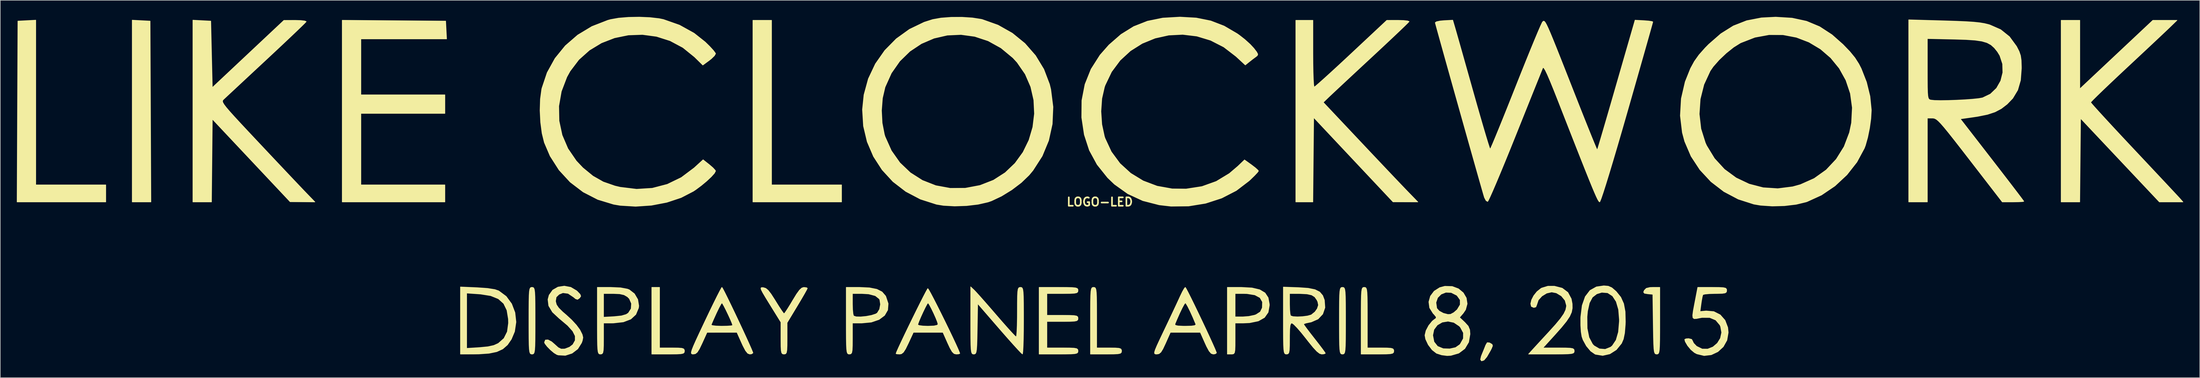
<source format=kicad_pcb>
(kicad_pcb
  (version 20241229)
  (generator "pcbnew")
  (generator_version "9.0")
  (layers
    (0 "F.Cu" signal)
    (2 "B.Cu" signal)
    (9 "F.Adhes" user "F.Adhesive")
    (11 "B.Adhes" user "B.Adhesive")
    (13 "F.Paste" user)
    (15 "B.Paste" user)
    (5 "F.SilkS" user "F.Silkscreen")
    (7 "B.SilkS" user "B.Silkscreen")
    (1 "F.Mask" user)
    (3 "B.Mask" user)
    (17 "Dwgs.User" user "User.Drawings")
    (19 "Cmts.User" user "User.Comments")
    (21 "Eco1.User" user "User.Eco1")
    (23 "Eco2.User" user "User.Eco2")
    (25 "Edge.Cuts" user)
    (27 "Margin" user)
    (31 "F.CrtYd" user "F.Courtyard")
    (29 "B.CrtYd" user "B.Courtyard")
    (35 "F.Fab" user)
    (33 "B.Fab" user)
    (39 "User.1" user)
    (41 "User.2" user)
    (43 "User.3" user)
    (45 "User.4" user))
  (footprint "LOGO-LED"
    (layer "F.Cu")
    (at 196.481 33.658)
    (property "Reference" "LOGO-LED" (at 0 0 0) (layer "F.SilkS") (effects (font (size 1.524 1.524) (thickness 0.3))))
    (attr through_hole)
    (fp_poly (pts (xy -172.151 0) (xy -173.847 0) (xy -175.542 0) (xy -175.542 -16.524) (xy -175.542 -33.048) (xy -173.919 -32.964) (xy -172.297 -32.879) (xy -172.224 -16.439) (xy -172.151 0)) (stroke (width 0.1) (type solid)) (fill yes) (layer "F.SilkS"))
    (fp_poly (pts (xy -180.34 0) (xy -188.386 0) (xy -196.431 0) (xy -196.358 -16.439) (xy -196.286 -32.879) (xy -194.663 -32.964) (xy -193.04 -33.048) (xy -193.04 -18.076) (xy -193.04 -3.104) (xy -186.69 -3.104) (xy -180.34 -3.104) (xy -180.34 -1.552) (xy -180.34 0)) (stroke (width 0.1) (type solid)) (fill yes) (layer "F.SilkS"))
    (fp_poly (pts (xy -46.849 0) (xy -54.892 0) (xy -62.936 0) (xy -62.936 -16.51) (xy -62.936 -33.02) (xy -61.242 -33.02) (xy -59.549 -33.02) (xy -59.549 -18.062) (xy -59.549 -3.104) (xy -53.199 -3.104) (xy -46.849 -3.104) (xy -46.849 -1.552) (xy -46.849 0)) (stroke (width 0.1) (type solid)) (fill yes) (layer "F.SilkS"))
    (fp_poly (pts (xy 71.255 26.156) (xy 71.063 26.638) (xy 70.86 27.033) (xy 70.22 28.147) (xy 69.706 28.755) (xy 69.287 28.894) (xy 69.236 28.879) (xy 69.074 28.634) (xy 69.204 28.059) (xy 69.34 27.712) (xy 69.693 26.855) (xy 69.989 26.109) (xy 70.022 26.024) (xy 70.284 25.577) (xy 70.669 25.599) (xy 70.836 25.681) (xy 71.18 25.898) (xy 71.255 26.156)) (stroke (width 0.1) (type solid)) (fill yes) (layer "F.SilkS"))
    (fp_poly (pts (xy -75.353 27.093) (xy -75.39 27.345) (xy -75.568 27.508) (xy -75.987 27.602) (xy -76.746 27.646) (xy -77.945 27.657) (xy -78.317 27.658) (xy -81.28 27.658) (xy -81.28 21.59) (xy -81.28 15.522) (xy -80.574 15.522) (xy -79.869 15.522) (xy -79.869 21.026) (xy -79.869 26.529) (xy -77.611 26.529) (xy -76.486 26.541) (xy -75.812 26.595) (xy -75.475 26.72) (xy -75.362 26.945) (xy -75.353 27.093)) (stroke (width 0.1) (type solid)) (fill yes) (layer "F.SilkS"))
    (fp_poly (pts (xy -118.505 -29.633) (xy -126.28 -29.633) (xy -134.056 -29.633) (xy -134.056 -24.553) (xy -134.056 -19.473) (xy -126.436 -19.473) (xy -118.816 -19.473) (xy -118.816 -17.78) (xy -118.816 -16.087) (xy -126.436 -16.087) (xy -134.056 -16.087) (xy -134.056 -9.596) (xy -134.056 -3.104) (xy -126.436 -3.104) (xy -118.816 -3.104) (xy -118.816 -1.552) (xy -118.816 0) (xy -128.129 0) (xy -137.442 0) (xy -137.442 -16.514) (xy -137.442 -33.028) (xy -128.058 -32.953) (xy -118.674 -32.879) (xy -118.59 -31.256) (xy -118.505 -29.633)) (stroke (width 0.1) (type solid)) (fill yes) (layer "F.SilkS"))
    (fp_poly (pts (xy 101.6 21.59) (xy 101.598 23.588) (xy 101.588 25.091) (xy 101.562 26.17) (xy 101.516 26.895) (xy 101.441 27.336) (xy 101.333 27.563) (xy 101.184 27.647) (xy 101.042 27.658) (xy 100.848 27.632) (xy 100.704 27.506) (xy 100.6 27.205) (xy 100.528 26.656) (xy 100.479 25.783) (xy 100.444 24.514) (xy 100.415 22.775) (xy 100.407 22.225) (xy 100.33 16.792) (xy 99.412 16.704) (xy 98.808 16.603) (xy 98.656 16.393) (xy 98.787 16.069) (xy 99.149 15.699) (xy 99.816 15.541) (xy 100.34 15.522) (xy 101.6 15.522) (xy 101.6 21.59)) (stroke (width 0.1) (type solid)) (fill yes) (layer "F.SilkS"))
    (fp_poly (pts (xy 3.951 27.093) (xy 3.912 27.35) (xy 3.728 27.515) (xy 3.296 27.607) (xy 2.514 27.648) (xy 1.28 27.658) (xy 1.129 27.658) (xy -1.693 27.658) (xy -1.693 21.59) (xy -1.691 19.593) (xy -1.681 18.09) (xy -1.656 17.011) (xy -1.61 16.286) (xy -1.536 15.845) (xy -1.427 15.617) (xy -1.278 15.533) (xy -1.129 15.522) (xy -0.935 15.545) (xy -0.792 15.662) (xy -0.691 15.947) (xy -0.625 16.474) (xy -0.587 17.316) (xy -0.57 18.547) (xy -0.565 20.24) (xy -0.564 21.026) (xy -0.564 26.529) (xy 1.693 26.529) (xy 2.818 26.541) (xy 3.492 26.595) (xy 3.829 26.72) (xy 3.943 26.945) (xy 3.951 27.093)) (stroke (width 0.1) (type solid)) (fill yes) (layer "F.SilkS"))
    (fp_poly (pts (xy 53.34 27.093) (xy 53.303 27.345) (xy 53.125 27.508) (xy 52.706 27.602) (xy 51.947 27.646) (xy 50.748 27.657) (xy 50.377 27.658) (xy 47.413 27.658) (xy 47.413 21.59) (xy 47.415 19.593) (xy 47.426 18.09) (xy 47.451 17.011) (xy 47.497 16.286) (xy 47.571 15.845) (xy 47.68 15.617) (xy 47.829 15.533) (xy 47.978 15.522) (xy 48.172 15.545) (xy 48.315 15.662) (xy 48.416 15.947) (xy 48.481 16.474) (xy 48.519 17.316) (xy 48.537 18.547) (xy 48.542 20.24) (xy 48.542 21.026) (xy 48.542 26.529) (xy 50.941 26.529) (xy 52.108 26.539) (xy 52.82 26.588) (xy 53.189 26.701) (xy 53.325 26.905) (xy 53.34 27.093)) (stroke (width 0.1) (type solid)) (fill yes) (layer "F.SilkS"))
    (fp_poly (pts (xy -102.447 21.59) (xy -102.449 23.587) (xy -102.459 25.09) (xy -102.484 26.169) (xy -102.53 26.894) (xy -102.604 27.335) (xy -102.713 27.563) (xy -102.862 27.647) (xy -103.011 27.658) (xy -103.197 27.637) (xy -103.337 27.527) (xy -103.437 27.258) (xy -103.504 26.76) (xy -103.546 25.963) (xy -103.567 24.796) (xy -103.575 23.189) (xy -103.576 21.59) (xy -103.574 19.593) (xy -103.563 18.09) (xy -103.538 17.011) (xy -103.492 16.286) (xy -103.418 15.845) (xy -103.309 15.617) (xy -103.16 15.533) (xy -103.011 15.522) (xy -102.825 15.543) (xy -102.686 15.653) (xy -102.585 15.922) (xy -102.518 16.42) (xy -102.477 17.217) (xy -102.456 18.384) (xy -102.448 19.991) (xy -102.447 21.59)) (stroke (width 0.1) (type solid)) (fill yes) (layer "F.SilkS"))
    (fp_poly (pts (xy 44.591 21.59) (xy 44.589 23.587) (xy 44.579 25.09) (xy 44.554 26.169) (xy 44.508 26.894) (xy 44.433 27.335) (xy 44.325 27.563) (xy 44.175 27.647) (xy 44.027 27.658) (xy 43.841 27.637) (xy 43.701 27.527) (xy 43.601 27.258) (xy 43.533 26.76) (xy 43.492 25.963) (xy 43.471 24.796) (xy 43.463 23.189) (xy 43.462 21.59) (xy 43.464 19.593) (xy 43.474 18.09) (xy 43.499 17.011) (xy 43.546 16.286) (xy 43.62 15.845) (xy 43.728 15.617) (xy 43.878 15.533) (xy 44.027 15.522) (xy 44.212 15.543) (xy 44.352 15.653) (xy 44.453 15.922) (xy 44.52 16.42) (xy 44.561 17.217) (xy 44.582 18.384) (xy 44.59 19.991) (xy 44.591 21.59)) (stroke (width 0.1) (type solid)) (fill yes) (layer "F.SilkS"))
    (fp_poly (pts (xy -105.918 21.826) (xy -106.174 23.557) (xy -106.759 24.95) (xy -107.278 25.7) (xy -107.278 22.014) (xy -107.298 21.274) (xy -107.561 19.677) (xy -108.151 18.465) (xy -109.116 17.599) (xy -110.501 17.039) (xy -112.353 16.744) (xy -112.608 16.725) (xy -114.864 16.57) (xy -114.864 21.589) (xy -114.864 26.608) (xy -112.48 26.46) (xy -111.001 26.316) (xy -109.936 26.081) (xy -109.14 25.72) (xy -109.124 25.71) (xy -108.1 24.806) (xy -107.492 23.59) (xy -107.278 22.014) (xy -107.278 25.7) (xy -107.466 25.973) (xy -108.315 26.715) (xy -109.398 27.216) (xy -110.81 27.511) (xy -112.642 27.639) (xy -113.524 27.651) (xy -115.993 27.658) (xy -115.993 21.554) (xy -115.993 15.45) (xy -112.959 15.579) (xy -111.078 15.711) (xy -109.745 15.925) (xy -109.05 16.165) (xy -107.701 17.169) (xy -106.71 18.521) (xy -106.106 20.11) (xy -105.918 21.826)) (stroke (width 0.1) (type solid)) (fill yes) (layer "F.SilkS"))
    (fp_poly (pts (xy 30.762 18.793) (xy 30.544 20.057) (xy 29.881 21.002) (xy 29.511 21.211) (xy 29.511 18.175) (xy 29.063 17.397) (xy 28.132 16.897) (xy 26.711 16.668) (xy 26.087 16.651) (xy 24.553 16.651) (xy 24.553 18.768) (xy 24.553 20.884) (xy 25.974 20.884) (xy 27.035 20.802) (xy 28.036 20.594) (xy 28.344 20.487) (xy 29.118 19.988) (xy 29.481 19.241) (xy 29.483 19.234) (xy 29.511 18.175) (xy 29.511 21.211) (xy 28.765 21.633) (xy 27.183 21.96) (xy 26.035 22.012) (xy 24.553 22.013) (xy 24.553 24.836) (xy 24.549 26.116) (xy 24.519 26.936) (xy 24.437 27.397) (xy 24.279 27.602) (xy 24.017 27.656) (xy 23.848 27.658) (xy 23.142 27.658) (xy 23.142 21.59) (xy 23.142 15.522) (xy 25.696 15.522) (xy 27.594 15.626) (xy 29.006 15.956) (xy 29.976 16.539) (xy 30.545 17.404) (xy 30.758 18.578) (xy 30.762 18.793)) (stroke (width 0.1) (type solid)) (fill yes) (layer "F.SilkS"))
    (fp_poly (pts (xy -83.64 18.888) (xy -83.69 19.275) (xy -84.179 20.45) (xy -84.966 21.177) (xy -84.966 18.466) (xy -85.345 17.59) (xy -85.693 17.236) (xy -86.306 16.88) (xy -87.107 16.7) (xy -88.233 16.651) (xy -90.029 16.651) (xy -90.029 18.8) (xy -90.029 20.948) (xy -88.074 20.838) (xy -86.781 20.703) (xy -85.931 20.456) (xy -85.534 20.198) (xy -85.025 19.399) (xy -84.966 18.466) (xy -84.966 21.177) (xy -85.089 21.291) (xy -86.436 21.807) (xy -88.24 22.008) (xy -88.547 22.012) (xy -90.029 22.013) (xy -90.029 24.836) (xy -90.037 26.12) (xy -90.073 26.942) (xy -90.16 27.405) (xy -90.316 27.609) (xy -90.563 27.658) (xy -90.593 27.658) (xy -90.779 27.637) (xy -90.919 27.527) (xy -91.019 27.258) (xy -91.087 26.76) (xy -91.128 25.963) (xy -91.149 24.796) (xy -91.157 23.189) (xy -91.158 21.59) (xy -91.158 15.522) (xy -88.731 15.522) (xy -86.955 15.6) (xy -85.708 15.835) (xy -85.366 15.967) (xy -84.432 16.692) (xy -83.825 17.728) (xy -83.64 18.888)) (stroke (width 0.1) (type solid)) (fill yes) (layer "F.SilkS"))
    (fp_poly (pts (xy -53.058 15.693) (xy -53.195 15.987) (xy -53.571 16.664) (xy -54.13 17.628) (xy -54.815 18.781) (xy -54.892 18.909) (xy -56.727 21.954) (xy -56.727 24.806) (xy -56.734 26.098) (xy -56.77 26.928) (xy -56.855 27.397) (xy -57.009 27.606) (xy -57.252 27.657) (xy -57.291 27.658) (xy -57.545 27.62) (xy -57.709 27.439) (xy -57.802 27.014) (xy -57.845 26.245) (xy -57.855 25.03) (xy -57.856 24.76) (xy -57.856 21.862) (xy -59.827 18.674) (xy -60.618 17.387) (xy -61.139 16.507) (xy -61.419 15.958) (xy -61.485 15.668) (xy -61.367 15.562) (xy -61.093 15.567) (xy -61.029 15.574) (xy -60.601 15.708) (xy -60.169 16.062) (xy -59.652 16.726) (xy -58.968 17.789) (xy -58.846 17.99) (xy -58.226 18.986) (xy -57.711 19.769) (xy -57.371 20.235) (xy -57.281 20.318) (xy -57.084 20.091) (xy -56.674 19.479) (xy -56.121 18.587) (xy -55.729 17.926) (xy -55.017 16.76) (xy -54.484 16.024) (xy -54.063 15.639) (xy -53.693 15.527) (xy -53.197 15.588) (xy -53.058 15.693)) (stroke (width 0.1) (type solid)) (fill yes) (layer "F.SilkS"))
    (fp_poly (pts (xy -3.951 27.093) (xy -3.983 27.328) (xy -4.141 27.486) (xy -4.515 27.584) (xy -5.199 27.635) (xy -6.283 27.655) (xy -7.479 27.658) (xy -11.007 27.658) (xy -11.007 21.59) (xy -11.007 15.522) (xy -7.479 15.522) (xy -6.015 15.527) (xy -5.024 15.553) (xy -4.413 15.613) (xy -4.092 15.722) (xy -3.969 15.895) (xy -3.951 16.087) (xy -3.99 16.344) (xy -4.174 16.508) (xy -4.606 16.6) (xy -5.388 16.641) (xy -6.622 16.651) (xy -6.773 16.651) (xy -9.596 16.651) (xy -9.596 18.627) (xy -9.596 20.602) (xy -6.773 20.602) (xy -5.489 20.61) (xy -4.667 20.647) (xy -4.204 20.733) (xy -4 20.89) (xy -3.951 21.136) (xy -3.951 21.167) (xy -3.99 21.424) (xy -4.174 21.588) (xy -4.606 21.68) (xy -5.388 21.721) (xy -6.622 21.731) (xy -6.773 21.731) (xy -9.596 21.731) (xy -9.596 24.13) (xy -9.596 26.529) (xy -6.773 26.529) (xy -5.489 26.537) (xy -4.667 26.573) (xy -4.204 26.66) (xy -4 26.816) (xy -3.951 27.063) (xy -3.951 27.093)) (stroke (width 0.1) (type solid)) (fill yes) (layer "F.SilkS"))
    (fp_poly (pts (xy -38.394 18.481) (xy -38.481 19.641) (xy -39.045 20.618) (xy -39.789 21.174) (xy -39.789 18.614) (xy -39.914 17.792) (xy -40.009 17.611) (xy -40.724 17.042) (xy -41.934 16.723) (xy -43.161 16.651) (xy -44.873 16.651) (xy -44.873 18.58) (xy -44.844 19.581) (xy -44.768 20.351) (xy -44.662 20.723) (xy -44.199 20.874) (xy -43.381 20.891) (xy -42.394 20.797) (xy -41.425 20.615) (xy -40.661 20.368) (xy -40.374 20.193) (xy -39.956 19.511) (xy -39.789 18.614) (xy -39.789 21.174) (xy -40.049 21.368) (xy -41.452 21.848) (xy -43.186 22.013) (xy -44.873 22.013) (xy -44.873 24.836) (xy -44.881 26.12) (xy -44.918 26.942) (xy -45.004 27.405) (xy -45.161 27.609) (xy -45.408 27.658) (xy -45.438 27.658) (xy -45.624 27.637) (xy -45.763 27.527) (xy -45.864 27.258) (xy -45.931 26.76) (xy -45.972 25.963) (xy -45.993 24.796) (xy -46.001 23.189) (xy -46.002 21.59) (xy -46.002 15.522) (xy -43.594 15.522) (xy -41.788 15.606) (xy -40.45 15.874) (xy -39.507 16.353) (xy -38.886 17.067) (xy -38.824 17.179) (xy -38.394 18.481)) (stroke (width 0.1) (type solid)) (fill yes) (layer "F.SilkS"))
    (fp_poly (pts (xy 196.514 0) (xy 194.373 0) (xy 192.231 0) (xy 185.086 -7.592) (xy 177.941 -15.184) (xy 177.866 -7.592) (xy 177.791 0) (xy 176.102 0) (xy 174.413 0) (xy 174.413 -16.51) (xy 174.413 -33.02) (xy 176.107 -33.02) (xy 177.8 -33.02) (xy 177.8 -26.791) (xy 177.8 -20.561) (xy 184.423 -26.791) (xy 191.046 -33.02) (xy 193.239 -33.02) (xy 195.431 -33.02) (xy 194.165 -31.789) (xy 193.643 -31.29) (xy 192.77 -30.464) (xy 191.61 -29.371) (xy 190.224 -28.069) (xy 188.674 -26.618) (xy 187.025 -25.075) (xy 186.337 -24.433) (xy 184.736 -22.932) (xy 183.277 -21.552) (xy 182.007 -20.339) (xy 180.978 -19.342) (xy 180.237 -18.607) (xy 179.835 -18.183) (xy 179.776 -18.099) (xy 179.963 -17.855) (xy 180.496 -17.245) (xy 181.336 -16.314) (xy 182.441 -15.106) (xy 183.77 -13.666) (xy 185.283 -12.038) (xy 186.939 -10.267) (xy 187.607 -9.555) (xy 189.331 -7.72) (xy 190.949 -5.994) (xy 192.419 -4.426) (xy 193.694 -3.063) (xy 194.732 -1.952) (xy 195.486 -1.142) (xy 195.914 -0.679) (xy 195.977 -0.609) (xy 196.514 0)) (stroke (width 0.1) (type solid)) (fill yes) (layer "F.SilkS"))
    (fp_poly (pts (xy -142.399 0) (xy -144.648 -0.016) (xy -146.897 -0.032) (xy -153.952 -7.544) (xy -161.008 -15.056) (xy -161.083 -7.528) (xy -161.158 0) (xy -162.847 0) (xy -164.536 0) (xy -164.536 -16.524) (xy -164.536 -33.048) (xy -162.913 -32.964) (xy -161.29 -32.879) (xy -161.149 -26.84) (xy -161.008 -20.801) (xy -154.517 -26.905) (xy -148.026 -33.008) (xy -145.956 -33.014) (xy -144.973 -32.987) (xy -144.27 -32.908) (xy -143.98 -32.796) (xy -143.98 -32.775) (xy -144.202 -32.532) (xy -144.79 -31.95) (xy -145.696 -31.076) (xy -146.873 -29.956) (xy -148.272 -28.633) (xy -149.847 -27.156) (xy -151.271 -25.825) (xy -152.977 -24.236) (xy -154.568 -22.753) (xy -155.993 -21.424) (xy -157.201 -20.297) (xy -158.141 -19.42) (xy -158.76 -18.841) (xy -158.991 -18.625) (xy -159.115 -18.481) (xy -159.16 -18.307) (xy -159.094 -18.061) (xy -158.882 -17.701) (xy -158.489 -17.184) (xy -157.882 -16.47) (xy -157.025 -15.515) (xy -155.886 -14.278) (xy -154.429 -12.717) (xy -152.621 -10.789) (xy -152.525 -10.687) (xy -150.842 -8.896) (xy -149.215 -7.167) (xy -147.7 -5.56) (xy -146.355 -4.136) (xy -145.236 -2.954) (xy -144.4 -2.074) (xy -143.967 -1.623) (xy -142.399 0)) (stroke (width 0.1) (type solid)) (fill yes) (layer "F.SilkS"))
    (fp_poly (pts (xy 95.357 21.782) (xy 95.337 22.313) (xy 95.213 23.831) (xy 94.989 24.924) (xy 94.656 25.699) (xy 94.261 26.187) (xy 94.261 21.384) (xy 94.114 19.557) (xy 93.691 18.112) (xy 93.022 17.086) (xy 92.138 16.513) (xy 91.069 16.428) (xy 90.162 16.706) (xy 89.373 17.32) (xy 88.822 18.359) (xy 88.491 19.863) (xy 88.398 20.884) (xy 88.42 22.973) (xy 88.754 24.634) (xy 89.393 25.844) (xy 89.666 26.137) (xy 90.637 26.703) (xy 91.698 26.788) (xy 92.686 26.392) (xy 92.982 26.142) (xy 93.671 25.111) (xy 94.093 23.648) (xy 94.258 21.718) (xy 94.261 21.384) (xy 94.261 26.187) (xy 93.712 26.862) (xy 92.536 27.613) (xy 91.24 27.906) (xy 89.938 27.695) (xy 89.865 27.667) (xy 89.062 27.109) (xy 88.286 26.183) (xy 87.676 25.072) (xy 87.466 24.47) (xy 87.327 23.616) (xy 87.251 22.428) (xy 87.25 21.137) (xy 87.26 20.884) (xy 87.518 18.812) (xy 88.076 17.216) (xy 88.936 16.091) (xy 90.102 15.435) (xy 91.446 15.24) (xy 92.253 15.312) (xy 92.897 15.601) (xy 93.616 16.221) (xy 93.704 16.309) (xy 94.517 17.319) (xy 95.043 18.492) (xy 95.313 19.942) (xy 95.357 21.782)) (stroke (width 0.1) (type solid)) (fill yes) (layer "F.SilkS"))
    (fp_poly (pts (xy 57.699 0) (xy 55.449 -0.005) (xy 53.199 -0.01) (xy 46.002 -7.676) (xy 38.806 -15.342) (xy 38.73 -7.671) (xy 38.655 0) (xy 37.108 0) (xy 35.56 0) (xy 35.56 -16.51) (xy 35.56 -33.02) (xy 37.112 -33.02) (xy 38.664 -33.02) (xy 38.664 -26.952) (xy 38.675 -25.17) (xy 38.703 -23.595) (xy 38.747 -22.308) (xy 38.803 -21.392) (xy 38.868 -20.926) (xy 38.895 -20.884) (xy 39.15 -21.071) (xy 39.764 -21.598) (xy 40.686 -22.42) (xy 41.864 -23.491) (xy 43.248 -24.763) (xy 44.786 -26.192) (xy 45.597 -26.951) (xy 52.07 -33.017) (xy 54.14 -33.019) (xy 55.123 -32.99) (xy 55.825 -32.914) (xy 56.116 -32.806) (xy 56.115 -32.786) (xy 55.893 -32.545) (xy 55.305 -31.967) (xy 54.402 -31.1) (xy 53.233 -29.99) (xy 51.847 -28.686) (xy 50.293 -27.233) (xy 49.248 -26.26) (xy 47.566 -24.697) (xy 45.977 -23.217) (xy 44.538 -21.875) (xy 43.307 -20.725) (xy 42.343 -19.821) (xy 41.703 -19.218) (xy 41.512 -19.035) (xy 40.549 -18.103) (xy 47.275 -10.957) (xy 48.946 -9.182) (xy 50.578 -7.454) (xy 52.108 -5.835) (xy 53.476 -4.392) (xy 54.62 -3.189) (xy 55.478 -2.291) (xy 55.85 -1.905) (xy 57.699 0)) (stroke (width 0.1) (type solid)) (fill yes) (layer "F.SilkS"))
    (fp_poly (pts (xy 86.078 27.093) (xy 86.05 27.312) (xy 85.908 27.466) (xy 85.57 27.566) (xy 84.949 27.623) (xy 83.96 27.65) (xy 82.521 27.658) (xy 81.933 27.658) (xy 77.788 27.658) (xy 78.49 26.882) (xy 78.968 26.359) (xy 79.718 25.542) (xy 80.63 24.552) (xy 81.411 23.707) (xy 82.68 22.301) (xy 83.588 21.204) (xy 84.187 20.34) (xy 84.527 19.632) (xy 84.659 19.002) (xy 84.666 18.817) (xy 84.411 17.893) (xy 83.747 17.084) (xy 82.828 16.532) (xy 81.986 16.369) (xy 81.07 16.578) (xy 80.207 17.111) (xy 79.562 17.829) (xy 79.305 18.593) (xy 79.304 18.605) (xy 79.116 19.091) (xy 78.74 19.191) (xy 78.294 18.999) (xy 78.175 18.5) (xy 78.336 17.808) (xy 78.731 17.039) (xy 79.313 16.308) (xy 80.035 15.729) (xy 80.185 15.646) (xy 81.299 15.31) (xy 82.482 15.311) (xy 83.892 15.675) (xy 84.917 16.449) (xy 85.537 17.609) (xy 85.709 18.53) (xy 85.721 19.31) (xy 85.583 20.037) (xy 85.242 20.802) (xy 84.65 21.692) (xy 83.755 22.796) (xy 82.508 24.202) (xy 82.46 24.255) (xy 80.395 26.529) (xy 83.236 26.529) (xy 84.526 26.537) (xy 85.353 26.573) (xy 85.82 26.658) (xy 86.027 26.813) (xy 86.077 27.057) (xy 86.078 27.093)) (stroke (width 0.1) (type solid)) (fill yes) (layer "F.SilkS"))
    (fp_poly (pts (xy -93.775 24.647) (xy -93.881 25.213) (xy -94.022 25.607) (xy -94.713 26.711) (xy -95.744 27.496) (xy -96.965 27.891) (xy -98.228 27.825) (xy -98.496 27.742) (xy -99.013 27.43) (xy -99.651 26.89) (xy -100.254 26.276) (xy -100.664 25.745) (xy -100.753 25.516) (xy -100.578 25.092) (xy -100.112 25.066) (xy -99.449 25.418) (xy -98.927 25.872) (xy -98.255 26.48) (xy -97.731 26.736) (xy -97.149 26.728) (xy -97.008 26.703) (xy -96.204 26.395) (xy -95.603 25.932) (xy -95.177 25.168) (xy -95.176 24.364) (xy -95.623 23.474) (xy -96.541 22.454) (xy -97.953 21.259) (xy -98.06 21.176) (xy -99.297 20.019) (xy -99.98 18.875) (xy -100.117 17.724) (xy -99.907 16.935) (xy -99.256 16.022) (xy -98.292 15.47) (xy -97.156 15.295) (xy -95.983 15.516) (xy -94.912 16.151) (xy -94.791 16.262) (xy -94.288 16.792) (xy -94.167 17.131) (xy -94.372 17.446) (xy -94.394 17.468) (xy -94.743 17.717) (xy -95.1 17.602) (xy -95.456 17.303) (xy -96.464 16.625) (xy -97.408 16.503) (xy -98.103 16.786) (xy -98.623 17.293) (xy -98.735 17.989) (xy -98.724 18.134) (xy -98.574 18.687) (xy -98.179 19.268) (xy -97.455 19.986) (xy -96.802 20.547) (xy -95.839 21.434) (xy -94.97 22.379) (xy -94.361 23.201) (xy -94.295 23.316) (xy -93.903 24.098) (xy -93.775 24.647)) (stroke (width 0.1) (type solid)) (fill yes) (layer "F.SilkS"))
    (fp_poly (pts (xy -13.829 21.59) (xy -13.838 23.371) (xy -13.864 24.943) (xy -13.905 26.226) (xy -13.956 27.138) (xy -14.016 27.599) (xy -14.041 27.639) (xy -14.28 27.429) (xy -14.829 26.853) (xy -15.632 25.973) (xy -16.631 24.852) (xy -17.771 23.553) (xy -18.203 23.054) (xy -22.154 18.487) (xy -22.232 23.073) (xy -22.264 24.777) (xy -22.302 25.997) (xy -22.357 26.814) (xy -22.439 27.308) (xy -22.56 27.559) (xy -22.732 27.649) (xy -22.867 27.658) (xy -23.05 27.636) (xy -23.188 27.522) (xy -23.287 27.248) (xy -23.354 26.743) (xy -23.394 25.937) (xy -23.415 24.761) (xy -23.423 23.145) (xy -23.424 21.541) (xy -23.424 15.424) (xy -22.789 16.025) (xy -22.405 16.429) (xy -21.726 17.181) (xy -20.825 18.201) (xy -19.775 19.406) (xy -18.768 20.574) (xy -17.684 21.826) (xy -16.72 22.916) (xy -15.939 23.776) (xy -15.401 24.34) (xy -15.169 24.538) (xy -15.098 24.277) (xy -15.037 23.545) (xy -14.99 22.438) (xy -14.963 21.047) (xy -14.958 20.038) (xy -14.954 18.349) (xy -14.938 17.144) (xy -14.898 16.341) (xy -14.824 15.858) (xy -14.706 15.615) (xy -14.535 15.531) (xy -14.393 15.522) (xy -14.208 15.543) (xy -14.068 15.653) (xy -13.967 15.922) (xy -13.9 16.42) (xy -13.859 17.217) (xy -13.838 18.384) (xy -13.83 19.991) (xy -13.829 21.59)) (stroke (width 0.1) (type solid)) (fill yes) (layer "F.SilkS"))
    (fp_poly (pts (xy -25.4 27.552) (xy -25.641 27.634) (xy -26.051 27.658) (xy -26.434 27.567) (xy -26.786 27.225) (xy -27.185 26.532) (xy -27.58 25.682) (xy -28.458 23.707) (xy -29.351 23.707) (xy -29.351 22.225) (xy -29.462 21.814) (xy -29.744 21.102) (xy -30.125 20.246) (xy -30.533 19.4) (xy -30.893 18.722) (xy -31.134 18.365) (xy -31.171 18.344) (xy -31.347 18.579) (xy -31.669 19.182) (xy -32.066 20) (xy -32.467 20.88) (xy -32.801 21.667) (xy -32.996 22.21) (xy -33.02 22.335) (xy -32.763 22.458) (xy -32.089 22.546) (xy -31.186 22.578) (xy -30.081 22.535) (xy -29.489 22.401) (xy -29.351 22.225) (xy -29.351 23.707) (xy -31.14 23.707) (xy -33.822 23.707) (xy -34.733 25.682) (xy -35.24 26.717) (xy -35.631 27.323) (xy -35.988 27.602) (xy -36.307 27.658) (xy -36.818 27.626) (xy -36.971 27.57) (xy -36.853 27.241) (xy -36.527 26.503) (xy -36.035 25.442) (xy -35.421 24.147) (xy -34.727 22.703) (xy -33.995 21.2) (xy -33.268 19.722) (xy -32.589 18.359) (xy -32 17.197) (xy -31.544 16.324) (xy -31.263 15.826) (xy -31.199 15.745) (xy -31.033 15.97) (xy -30.668 16.619) (xy -30.148 17.608) (xy -29.514 18.849) (xy -28.809 20.257) (xy -28.074 21.746) (xy -27.353 23.23) (xy -26.687 24.622) (xy -26.118 25.838) (xy -25.69 26.79) (xy -25.443 27.394) (xy -25.4 27.552)) (stroke (width 0.1) (type solid)) (fill yes) (layer "F.SilkS"))
    (fp_poly (pts (xy 114.017 23.735) (xy 113.774 25.137) (xy 113.112 26.318) (xy 112.134 27.218) (xy 110.943 27.776) (xy 109.642 27.93) (xy 108.334 27.618) (xy 107.893 27.387) (xy 107.251 26.851) (xy 106.644 26.12) (xy 106.222 25.397) (xy 106.116 24.991) (xy 106.358 24.874) (xy 106.821 24.836) (xy 107.379 24.976) (xy 107.527 25.238) (xy 107.732 25.673) (xy 108.234 26.197) (xy 108.303 26.253) (xy 109.285 26.731) (xy 110.295 26.739) (xy 111.243 26.361) (xy 112.04 25.679) (xy 112.596 24.776) (xy 112.821 23.734) (xy 112.626 22.638) (xy 112.504 22.37) (xy 111.749 21.471) (xy 110.658 21.013) (xy 109.262 21.006) (xy 108.903 21.069) (xy 108.253 21.2) (xy 107.83 21.222) (xy 107.608 21.05) (xy 107.563 20.6) (xy 107.67 19.789) (xy 107.905 18.533) (xy 108.005 18.016) (xy 108.483 15.522) (xy 111.109 15.522) (xy 112.34 15.531) (xy 113.113 15.573) (xy 113.532 15.67) (xy 113.704 15.846) (xy 113.736 16.087) (xy 113.685 16.376) (xy 113.456 16.546) (xy 112.93 16.626) (xy 111.991 16.65) (xy 111.636 16.651) (xy 110.606 16.678) (xy 109.82 16.747) (xy 109.426 16.846) (xy 109.41 16.863) (xy 109.303 17.245) (xy 109.168 17.987) (xy 109.093 18.495) (xy 108.902 19.915) (xy 110.012 19.809) (xy 111.396 19.93) (xy 112.561 20.522) (xy 113.431 21.51) (xy 113.928 22.819) (xy 114.017 23.735)) (stroke (width 0.1) (type solid)) (fill yes) (layer "F.SilkS"))
    (fp_poly (pts (xy -62.931 27.446) (xy -63.172 27.618) (xy -63.501 27.658) (xy -63.873 27.516) (xy -64.268 27.034) (xy -64.745 26.129) (xy -64.95 25.682) (xy -65.833 23.707) (xy -66.604 23.707) (xy -66.604 22.439) (xy -66.716 22.074) (xy -67.003 21.387) (xy -67.393 20.53) (xy -67.816 19.651) (xy -68.2 18.901) (xy -68.474 18.431) (xy -68.555 18.344) (xy -68.743 18.587) (xy -69.095 19.24) (xy -69.557 20.194) (xy -70.076 21.341) (xy -70.509 22.352) (xy -70.299 22.462) (xy -69.657 22.543) (xy -68.718 22.577) (xy -68.604 22.578) (xy -67.623 22.56) (xy -66.91 22.513) (xy -66.607 22.446) (xy -66.604 22.439) (xy -66.604 23.707) (xy -68.547 23.708) (xy -71.261 23.71) (xy -72.156 25.684) (xy -72.646 26.708) (xy -73.023 27.308) (xy -73.37 27.59) (xy -73.754 27.658) (xy -73.967 27.64) (xy -74.091 27.545) (xy -74.106 27.315) (xy -73.99 26.887) (xy -73.722 26.203) (xy -73.279 25.202) (xy -72.641 23.824) (xy -71.786 22.008) (xy -71.589 21.591) (xy -70.779 19.89) (xy -70.043 18.374) (xy -69.417 17.111) (xy -68.936 16.174) (xy -68.635 15.631) (xy -68.553 15.523) (xy -68.397 15.765) (xy -68.047 16.434) (xy -67.546 17.442) (xy -66.933 18.703) (xy -66.25 20.129) (xy -65.538 21.634) (xy -64.837 23.131) (xy -64.19 24.532) (xy -63.636 25.752) (xy -63.218 26.701) (xy -62.975 27.295) (xy -62.931 27.446)) (stroke (width 0.1) (type solid)) (fill yes) (layer "F.SilkS"))
    (fp_poly (pts (xy 21.169 27.446) (xy 20.929 27.616) (xy 20.579 27.658) (xy 20.207 27.533) (xy 19.83 27.099) (xy 19.38 26.264) (xy 19.113 25.682) (xy 18.236 23.707) (xy 17.43 23.707) (xy 17.43 22.296) (xy 17.416 22.225) (xy 16.899 20.991) (xy 16.395 19.879) (xy 15.958 19) (xy 15.642 18.461) (xy 15.522 18.344) (xy 15.318 18.588) (xy 14.958 19.247) (xy 14.494 20.212) (xy 13.98 21.374) (xy 13.628 22.225) (xy 13.705 22.418) (xy 14.176 22.53) (xy 15.112 22.575) (xy 15.522 22.578) (xy 16.623 22.551) (xy 17.235 22.462) (xy 17.43 22.296) (xy 17.43 23.707) (xy 15.522 23.707) (xy 12.809 23.707) (xy 11.931 25.682) (xy 11.451 26.705) (xy 11.084 27.304) (xy 10.742 27.586) (xy 10.342 27.658) (xy 10.337 27.658) (xy 10.085 27.643) (xy 9.941 27.551) (xy 9.928 27.312) (xy 10.067 26.855) (xy 10.38 26.109) (xy 10.89 25.005) (xy 11.619 23.47) (xy 11.725 23.248) (xy 12.482 21.655) (xy 13.214 20.105) (xy 13.86 18.727) (xy 14.36 17.648) (xy 14.573 17.18) (xy 14.983 16.329) (xy 15.323 15.73) (xy 15.51 15.522) (xy 15.67 15.764) (xy 16.024 16.433) (xy 16.531 17.441) (xy 17.149 18.701) (xy 17.837 20.127) (xy 18.554 21.632) (xy 19.258 23.128) (xy 19.909 24.53) (xy 20.464 25.749) (xy 20.884 26.7) (xy 21.126 27.295) (xy 21.169 27.446)) (stroke (width 0.1) (type solid)) (fill yes) (layer "F.SilkS"))
    (fp_poly (pts (xy 28.787 -5.627) (xy 28.593 -5.354) (xy 28.079 -4.806) (xy 27.343 -4.088) (xy 27.09 -3.853) (xy 24.771 -2.08) (xy 22.115 -0.709) (xy 19.202 0.239) (xy 16.112 0.742) (xy 12.926 0.778) (xy 10.794 0.534) (xy 7.804 -0.235) (xy 5.081 -1.495) (xy 2.651 -3.232) (xy 1.421 -4.415) (xy -0.484 -6.801) (xy -1.888 -9.386) (xy -2.813 -12.225) (xy -3.284 -15.356) (xy -3.255 -18.448) (xy -2.686 -21.381) (xy -1.584 -24.138) (xy 0.045 -26.7) (xy 1.661 -28.537) (xy 3.853 -30.45) (xy 6.156 -31.881) (xy 8.65 -32.863) (xy 11.421 -33.428) (xy 14.543 -33.608) (xy 17.504 -33.439) (xy 20.131 -32.908) (xy 22.555 -31.973) (xy 24.905 -30.597) (xy 25.282 -30.333) (xy 26.301 -29.536) (xy 27.267 -28.663) (xy 27.949 -27.929) (xy 28.468 -27.247) (xy 28.665 -26.852) (xy 28.576 -26.599) (xy 28.33 -26.403) (xy 27.715 -25.946) (xy 27.099 -25.462) (xy 26.399 -24.895) (xy 24.707 -26.462) (xy 22.494 -28.165) (xy 20.104 -29.388) (xy 17.6 -30.146) (xy 15.045 -30.454) (xy 12.501 -30.326) (xy 10.03 -29.776) (xy 7.695 -28.82) (xy 5.558 -27.472) (xy 3.683 -25.747) (xy 2.131 -23.658) (xy 0.965 -21.222) (xy 0.844 -20.877) (xy 0.369 -18.796) (xy 0.21 -16.466) (xy 0.366 -14.102) (xy 0.835 -11.921) (xy 0.946 -11.582) (xy 2.086 -9.125) (xy 3.656 -6.991) (xy 5.6 -5.215) (xy 7.863 -3.831) (xy 10.389 -2.875) (xy 13.123 -2.381) (xy 15.663 -2.357) (xy 18.533 -2.801) (xy 21.13 -3.732) (xy 23.5 -5.168) (xy 25.051 -6.491) (xy 26.255 -7.649) (xy 27.521 -6.74) (xy 28.218 -6.205) (xy 28.678 -5.788) (xy 28.787 -5.627)) (stroke (width 0.1) (type solid)) (fill yes) (layer "F.SilkS"))
    (fp_poly (pts (xy 40.922 27.509) (xy 40.681 27.624) (xy 40.263 27.658) (xy 39.879 27.541) (xy 39.381 27.151) (xy 38.711 26.43) (xy 37.809 25.317) (xy 37.436 24.836) (xy 36.58 23.763) (xy 35.814 22.878) (xy 35.217 22.266) (xy 34.867 22.015) (xy 34.85 22.013) (xy 34.654 22.11) (xy 34.529 22.461) (xy 34.459 23.159) (xy 34.433 24.295) (xy 34.431 24.836) (xy 34.423 26.12) (xy 34.387 26.942) (xy 34.3 27.405) (xy 34.144 27.609) (xy 33.897 27.658) (xy 33.867 27.658) (xy 33.681 27.637) (xy 33.542 27.527) (xy 33.441 27.259) (xy 33.374 26.762) (xy 33.333 25.967) (xy 33.311 24.803) (xy 33.303 23.2) (xy 33.302 21.564) (xy 33.302 15.469) (xy 36.105 15.566) (xy 37.811 15.687) (xy 39.045 15.94) (xy 39.892 16.367) (xy 40.438 17.009) (xy 40.751 17.839) (xy 40.846 19.203) (xy 40.443 20.377) (xy 39.667 21.201) (xy 39.667 18.75) (xy 39.545 18.143) (xy 39.393 17.824) (xy 38.998 17.261) (xy 38.438 16.908) (xy 37.589 16.721) (xy 36.325 16.657) (xy 36.054 16.655) (xy 34.431 16.651) (xy 34.431 18.58) (xy 34.457 19.575) (xy 34.524 20.335) (xy 34.619 20.696) (xy 34.619 20.696) (xy 35.055 20.837) (xy 35.846 20.882) (xy 36.791 20.84) (xy 37.693 20.721) (xy 38.351 20.535) (xy 38.382 20.519) (xy 39.036 19.992) (xy 39.452 19.403) (xy 39.667 18.75) (xy 39.667 21.201) (xy 39.595 21.277) (xy 38.36 21.819) (xy 38.082 21.875) (xy 37.384 22.025) (xy 36.998 22.171) (xy 36.971 22.207) (xy 37.136 22.472) (xy 37.582 23.085) (xy 38.24 23.949) (xy 38.947 24.855) (xy 39.734 25.865) (xy 40.372 26.708) (xy 40.791 27.289) (xy 40.922 27.509)) (stroke (width 0.1) (type solid)) (fill yes) (layer "F.SilkS"))
    (fp_poly (pts (xy 67.168 24.022) (xy 66.921 25.489) (xy 66.222 26.661) (xy 65.964 26.855) (xy 65.964 23.786) (xy 65.421 22.78) (xy 65.215 22.556) (xy 64.24 21.902) (xy 63.169 21.683) (xy 62.126 21.853) (xy 61.235 22.372) (xy 60.62 23.194) (xy 60.405 24.239) (xy 60.634 25.428) (xy 61.279 26.247) (xy 62.313 26.672) (xy 63.491 26.705) (xy 64.549 26.47) (xy 65.298 25.943) (xy 65.396 25.835) (xy 65.957 24.825) (xy 65.964 23.786) (xy 65.964 26.855) (xy 65.13 27.481) (xy 63.706 27.895) (xy 63.015 27.934) (xy 62.03 27.808) (xy 61.11 27.513) (xy 61.075 27.496) (xy 60.295 26.884) (xy 59.594 25.956) (xy 59.114 24.937) (xy 58.985 24.233) (xy 59.183 23.398) (xy 59.677 22.46) (xy 60.32 21.666) (xy 60.661 21.394) (xy 61.003 21.142) (xy 61.02 20.892) (xy 60.681 20.472) (xy 60.465 20.245) (xy 59.839 19.246) (xy 59.696 18.168) (xy 59.987 17.121) (xy 60.663 16.219) (xy 61.675 15.571) (xy 62.604 15.324) (xy 63.939 15.361) (xy 65.073 15.789) (xy 65.946 16.518) (xy 66.493 17.455) (xy 66.653 18.508) (xy 66.363 19.586) (xy 65.937 20.218) (xy 65.384 20.861) (xy 65.384 18.675) (xy 65.378 17.808) (xy 64.827 17.032) (xy 64.732 16.954) (xy 63.756 16.464) (xy 62.783 16.425) (xy 61.923 16.765) (xy 61.289 17.408) (xy 60.989 18.283) (xy 61.134 19.316) (xy 61.143 19.341) (xy 61.575 19.83) (xy 62.325 20.235) (xy 63.147 20.449) (xy 63.641 20.425) (xy 64.226 20.114) (xy 64.84 19.577) (xy 64.841 19.576) (xy 65.384 18.675) (xy 65.384 20.861) (xy 65.269 20.994) (xy 66.219 21.89) (xy 66.841 22.577) (xy 67.114 23.247) (xy 67.168 24.022)) (stroke (width 0.1) (type solid)) (fill yes) (layer "F.SilkS"))
    (fp_poly (pts (xy -69.709 -5.621) (xy -69.922 -5.215) (xy -70.493 -4.579) (xy -71.316 -3.807) (xy -72.289 -2.995) (xy -73.307 -2.236) (xy -73.726 -1.955) (xy -75.959 -0.797) (xy -78.545 0.063) (xy -81.342 0.602) (xy -84.21 0.797) (xy -87.008 0.625) (xy -88.194 0.424) (xy -91.078 -0.452) (xy -93.726 -1.815) (xy -96.086 -3.616) (xy -98.103 -5.808) (xy -99.723 -8.342) (xy -100.774 -10.803) (xy -101.187 -12.475) (xy -101.451 -14.485) (xy -101.556 -16.627) (xy -101.494 -18.693) (xy -101.255 -20.474) (xy -101.21 -20.673) (xy -100.261 -23.507) (xy -98.832 -26.095) (xy -96.97 -28.387) (xy -94.724 -30.337) (xy -92.142 -31.895) (xy -89.272 -33.014) (xy -88.759 -33.157) (xy -87.305 -33.418) (xy -85.497 -33.566) (xy -83.533 -33.6) (xy -81.612 -33.519) (xy -79.933 -33.324) (xy -79.163 -33.163) (xy -76.253 -32.138) (xy -73.61 -30.673) (xy -71.595 -29.075) (xy -70.762 -28.258) (xy -70.118 -27.554) (xy -69.755 -27.068) (xy -69.709 -26.944) (xy -69.92 -26.578) (xy -70.46 -26.049) (xy -70.865 -25.727) (xy -72.021 -24.877) (xy -73.527 -26.359) (xy -75.632 -28.065) (xy -77.954 -29.306) (xy -80.424 -30.093) (xy -82.974 -30.436) (xy -85.535 -30.346) (xy -88.038 -29.834) (xy -90.415 -28.911) (xy -92.597 -27.588) (xy -94.515 -25.875) (xy -96.1 -23.784) (xy -96.692 -22.712) (xy -97.689 -20.096) (xy -98.157 -17.417) (xy -98.107 -14.744) (xy -97.551 -12.146) (xy -96.502 -9.693) (xy -94.971 -7.453) (xy -93.787 -6.202) (xy -91.96 -4.703) (xy -90.088 -3.638) (xy -87.965 -2.9) (xy -87.019 -2.676) (xy -84.049 -2.313) (xy -81.184 -2.493) (xy -78.462 -3.205) (xy -75.92 -4.44) (xy -73.597 -6.187) (xy -73.562 -6.218) (xy -71.972 -7.672) (xy -70.84 -6.775) (xy -70.194 -6.217) (xy -69.785 -5.773) (xy -69.709 -5.621)) (stroke (width 0.1) (type solid)) (fill yes) (layer "F.SilkS"))
    (fp_poly (pts (xy -8.491 -17.276) (xy -8.625 -14.159) (xy -9.283 -11.164) (xy -10.451 -8.344) (xy -11.858 -6.151) (xy -11.858 -16.046) (xy -11.976 -18.513) (xy -12.528 -20.932) (xy -13.529 -23.24) (xy -14.997 -25.37) (xy -15.765 -26.204) (xy -17.919 -27.992) (xy -20.247 -29.283) (xy -22.689 -30.091) (xy -25.182 -30.431) (xy -27.667 -30.317) (xy -30.082 -29.762) (xy -32.365 -28.781) (xy -34.455 -27.389) (xy -36.291 -25.598) (xy -37.812 -23.424) (xy -38.956 -20.881) (xy -38.965 -20.852) (xy -39.428 -18.867) (xy -39.601 -16.624) (xy -39.485 -14.35) (xy -39.081 -12.272) (xy -38.955 -11.869) (xy -37.814 -9.317) (xy -36.269 -7.122) (xy -34.375 -5.313) (xy -32.188 -3.918) (xy -29.761 -2.965) (xy -27.151 -2.483) (xy -24.411 -2.498) (xy -21.731 -3.003) (xy -19.292 -3.954) (xy -17.168 -5.318) (xy -15.376 -7.031) (xy -13.931 -9.025) (xy -12.852 -11.237) (xy -12.156 -13.599) (xy -11.858 -16.046) (xy -11.858 -6.151) (xy -12.115 -5.751) (xy -12.834 -4.882) (xy -14.237 -3.528) (xy -15.963 -2.216) (xy -17.824 -1.069) (xy -19.628 -0.214) (xy -20.262 0.009) (xy -22.071 0.423) (xy -24.172 0.672) (xy -26.343 0.744) (xy -28.367 0.631) (xy -29.613 0.428) (xy -32.55 -0.514) (xy -35.197 -1.907) (xy -37.521 -3.699) (xy -39.485 -5.837) (xy -41.057 -8.269) (xy -42.199 -10.941) (xy -42.878 -13.802) (xy -43.06 -16.798) (xy -42.785 -19.473) (xy -41.989 -22.39) (xy -40.711 -25.098) (xy -39.007 -27.538) (xy -36.928 -29.652) (xy -34.528 -31.381) (xy -31.86 -32.668) (xy -30.313 -33.162) (xy -28.809 -33.431) (xy -26.967 -33.57) (xy -24.997 -33.578) (xy -23.113 -33.457) (xy -21.523 -33.207) (xy -21.308 -33.154) (xy -18.461 -32.137) (xy -15.868 -30.67) (xy -13.584 -28.808) (xy -11.663 -26.606) (xy -10.157 -24.119) (xy -9.123 -21.402) (xy -8.893 -20.461) (xy -8.491 -17.276)) (stroke (width 0.1) (type solid)) (fill yes) (layer "F.SilkS"))
    (fp_poly (pts (xy 139.977 -16.605) (xy 139.892 -15.123) (xy 139.657 -13.423) (xy 139.314 -11.733) (xy 138.905 -10.277) (xy 138.706 -9.751) (xy 137.355 -7.246) (xy 136.524 -6.185) (xy 136.524 -17.134) (xy 136.168 -19.729) (xy 135.363 -22.129) (xy 134.16 -24.297) (xy 132.609 -26.198) (xy 130.761 -27.794) (xy 128.667 -29.049) (xy 126.378 -29.927) (xy 123.945 -30.391) (xy 121.417 -30.404) (xy 118.847 -29.93) (xy 116.285 -28.932) (xy 116.215 -28.897) (xy 114.992 -28.131) (xy 113.653 -27.059) (xy 112.363 -25.835) (xy 111.288 -24.612) (xy 110.744 -23.825) (xy 109.6 -21.347) (xy 108.934 -18.697) (xy 108.752 -15.978) (xy 109.059 -13.295) (xy 109.86 -10.748) (xy 110.093 -10.238) (xy 111.522 -7.894) (xy 113.327 -5.93) (xy 115.442 -4.374) (xy 117.803 -3.251) (xy 120.344 -2.59) (xy 123 -2.417) (xy 125.707 -2.759) (xy 127.109 -3.149) (xy 129.607 -4.265) (xy 131.791 -5.823) (xy 133.615 -7.769) (xy 135.036 -10.05) (xy 136.01 -12.612) (xy 136.38 -14.382) (xy 136.524 -17.134) (xy 136.524 -6.185) (xy 135.546 -4.937) (xy 133.375 -2.911) (xy 130.937 -1.258) (xy 128.329 -0.066) (xy 128.154 -0.006) (xy 126.347 0.433) (xy 124.22 0.687) (xy 121.989 0.747) (xy 119.87 0.603) (xy 118.674 0.4) (xy 115.84 -0.509) (xy 113.225 -1.892) (xy 110.886 -3.692) (xy 108.883 -5.849) (xy 107.274 -8.305) (xy 106.118 -11.001) (xy 105.687 -12.606) (xy 105.321 -15.677) (xy 105.497 -18.785) (xy 106.206 -21.85) (xy 107.175 -24.271) (xy 107.873 -25.552) (xy 108.713 -26.735) (xy 109.825 -27.991) (xy 110.472 -28.649) (xy 112.68 -30.578) (xy 114.943 -31.998) (xy 117.362 -32.946) (xy 120.035 -33.466) (xy 122.626 -33.599) (xy 125.592 -33.417) (xy 128.213 -32.85) (xy 130.592 -31.856) (xy 132.833 -30.393) (xy 134.825 -28.63) (xy 136.073 -27.332) (xy 136.992 -26.207) (xy 137.704 -25.091) (xy 138.143 -24.235) (xy 139.101 -21.78) (xy 139.73 -19.214) (xy 139.976 -16.762) (xy 139.977 -16.605)) (stroke (width 0.1) (type solid)) (fill yes) (layer "F.SilkS"))
    (fp_poly (pts (xy 167.64 -0.107) (xy 167.382 -0.054) (xy 166.703 -0.016) (xy 165.746 -0.00005) (xy 165.687 0) (xy 163.733 0) (xy 157.855 -7.619) (xy 156.27 -9.67) (xy 154.988 -11.316) (xy 153.97 -12.603) (xy 153.177 -13.573) (xy 152.569 -14.272) (xy 152.106 -14.743) (xy 151.75 -15.031) (xy 151.46 -15.18) (xy 151.198 -15.234) (xy 151.059 -15.239) (xy 150.142 -15.24) (xy 150.142 -7.62) (xy 150.142 0) (xy 148.449 0) (xy 146.756 0) (xy 146.756 -16.555) (xy 146.756 -33.11) (xy 153.202 -32.929) (xy 155.433 -32.858) (xy 157.189 -32.781) (xy 158.557 -32.691) (xy 159.628 -32.578) (xy 160.489 -32.436) (xy 161.231 -32.255) (xy 161.469 -32.185) (xy 163.44 -31.318) (xy 165.037 -30.037) (xy 166.303 -28.306) (xy 166.372 -28.182) (xy 166.795 -27.346) (xy 167.045 -26.604) (xy 167.168 -25.753) (xy 167.205 -24.586) (xy 167.206 -24.271) (xy 167.046 -22.121) (xy 166.532 -20.342) (xy 165.628 -18.838) (xy 164.614 -17.784) (xy 163.829 -17.18) (xy 163.829 -23.524) (xy 163.787 -25.088) (xy 163.291 -26.601) (xy 162.861 -27.305) (xy 162.289 -28.018) (xy 161.684 -28.56) (xy 160.958 -28.955) (xy 160.023 -29.229) (xy 158.79 -29.408) (xy 157.173 -29.517) (xy 155.082 -29.583) (xy 155.011 -29.584) (xy 150.142 -29.689) (xy 150.142 -24.178) (xy 150.144 -22.287) (xy 150.154 -20.885) (xy 150.182 -19.896) (xy 150.235 -19.245) (xy 150.323 -18.855) (xy 150.454 -18.652) (xy 150.636 -18.559) (xy 150.777 -18.524) (xy 151.445 -18.457) (xy 152.536 -18.435) (xy 153.911 -18.453) (xy 155.429 -18.504) (xy 156.951 -18.583) (xy 158.338 -18.684) (xy 159.451 -18.8) (xy 160.151 -18.925) (xy 160.155 -18.926) (xy 161.58 -19.611) (xy 162.69 -20.677) (xy 163.452 -22.018) (xy 163.829 -23.524) (xy 163.829 -17.18) (xy 163.557 -16.971) (xy 162.418 -16.367) (xy 161.052 -15.916) (xy 159.318 -15.563) (xy 158.566 -15.449) (xy 156.125 -15.099) (xy 161.883 -7.657) (xy 163.255 -5.88) (xy 164.51 -4.249) (xy 165.608 -2.816) (xy 166.509 -1.634) (xy 167.172 -0.755) (xy 167.557 -0.233) (xy 167.64 -0.107)) (stroke (width 0.1) (type solid)) (fill yes) (layer "F.SilkS"))
    (fp_poly (pts (xy 100.33 -32.734) (xy 100.255 -32.444) (xy 100.037 -31.659) (xy 99.691 -30.426) (xy 99.23 -28.793) (xy 98.667 -26.807) (xy 98.016 -24.515) (xy 97.291 -21.966) (xy 96.504 -19.206) (xy 95.673 -16.298) (xy 94.743 -13.061) (xy 93.881 -10.1) (xy 93.097 -7.449) (xy 92.404 -5.144) (xy 91.812 -3.22) (xy 91.332 -1.714) (xy 90.974 -0.66) (xy 90.75 -0.094) (xy 90.685 -0.003) (xy 90.596 -0.05) (xy 90.471 -0.215) (xy 90.295 -0.533) (xy 90.054 -1.041) (xy 89.732 -1.773) (xy 89.316 -2.764) (xy 88.791 -4.051) (xy 88.143 -5.667) (xy 87.356 -7.65) (xy 86.417 -10.033) (xy 85.311 -12.852) (xy 84.024 -16.143) (xy 83.233 -18.169) (xy 82.386 -20.316) (xy 81.712 -21.97) (xy 81.195 -23.17) (xy 80.816 -23.954) (xy 80.558 -24.359) (xy 80.403 -24.425) (xy 80.371 -24.378) (xy 80.221 -24.012) (xy 79.885 -23.178) (xy 79.383 -21.93) (xy 78.738 -20.325) (xy 77.973 -18.416) (xy 77.11 -16.261) (xy 76.171 -13.913) (xy 75.412 -12.016) (xy 74.431 -9.575) (xy 73.504 -7.3) (xy 72.655 -5.243) (xy 71.906 -3.457) (xy 71.279 -1.995) (xy 70.796 -0.91) (xy 70.48 -0.255) (xy 70.364 -0.077) (xy 70.078 -0.243) (xy 69.791 -0.787) (xy 69.752 -0.903) (xy 69.608 -1.386) (xy 69.336 -2.334) (xy 68.95 -3.688) (xy 68.468 -5.388) (xy 67.906 -7.377) (xy 67.281 -9.594) (xy 66.609 -11.981) (xy 65.907 -14.479) (xy 65.191 -17.029) (xy 64.477 -19.572) (xy 63.783 -22.049) (xy 63.126 -24.401) (xy 62.52 -26.569) (xy 61.984 -28.495) (xy 61.533 -30.118) (xy 61.184 -31.381) (xy 60.954 -32.225) (xy 60.859 -32.589) (xy 60.857 -32.597) (xy 61.091 -32.762) (xy 61.736 -32.899) (xy 62.427 -32.963) (xy 64.034 -33.047) (xy 64.432 -31.693) (xy 64.598 -31.117) (xy 64.897 -30.067) (xy 65.309 -28.613) (xy 65.814 -26.824) (xy 66.393 -24.77) (xy 67.027 -22.52) (xy 67.695 -20.145) (xy 67.745 -19.967) (xy 68.399 -17.653) (xy 69.011 -15.518) (xy 69.561 -13.622) (xy 70.034 -12.023) (xy 70.412 -10.782) (xy 70.676 -9.956) (xy 70.81 -9.605) (xy 70.819 -9.596) (xy 70.953 -9.85) (xy 71.271 -10.576) (xy 71.75 -11.721) (xy 72.37 -13.231) (xy 73.109 -15.052) (xy 73.943 -17.131) (xy 74.853 -19.415) (xy 75.463 -20.956) (xy 76.417 -23.361) (xy 77.319 -25.611) (xy 78.146 -27.65) (xy 78.874 -29.421) (xy 79.481 -30.87) (xy 79.943 -31.939) (xy 80.237 -32.572) (xy 80.323 -32.72) (xy 80.432 -32.826) (xy 80.54 -32.872) (xy 80.666 -32.816) (xy 80.828 -32.618) (xy 81.044 -32.237) (xy 81.332 -31.632) (xy 81.71 -30.763) (xy 82.196 -29.589) (xy 82.809 -28.07) (xy 83.566 -26.164) (xy 84.486 -23.831) (xy 85.586 -21.031) (xy 86.106 -19.708) (xy 87 -17.437) (xy 87.83 -15.342) (xy 88.574 -13.48) (xy 89.209 -11.904) (xy 89.712 -10.672) (xy 90.062 -9.838) (xy 90.236 -9.458) (xy 90.25 -9.441) (xy 90.344 -9.721) (xy 90.576 -10.485) (xy 90.929 -11.671) (xy 91.384 -13.221) (xy 91.925 -15.075) (xy 92.534 -17.173) (xy 93.193 -19.456) (xy 93.289 -19.79) (xy 93.973 -22.166) (xy 94.624 -24.427) (xy 95.222 -26.504) (xy 95.747 -28.325) (xy 96.177 -29.818) (xy 96.493 -30.914) (xy 96.673 -31.54) (xy 96.677 -31.552) (xy 97.108 -33.047) (xy 98.719 -32.963) (xy 99.587 -32.895) (xy 100.172 -32.805) (xy 100.33 -32.734)) (stroke (width 0.1) (type solid)) (fill yes) (layer "F.SilkS")))
  (gr_rect
    (start -3 -3)
    (end 396.045 65.602)
    (stroke (width 0.1) (type default))
    (fill no)
    (layer "Edge.Cuts")))
</source>
